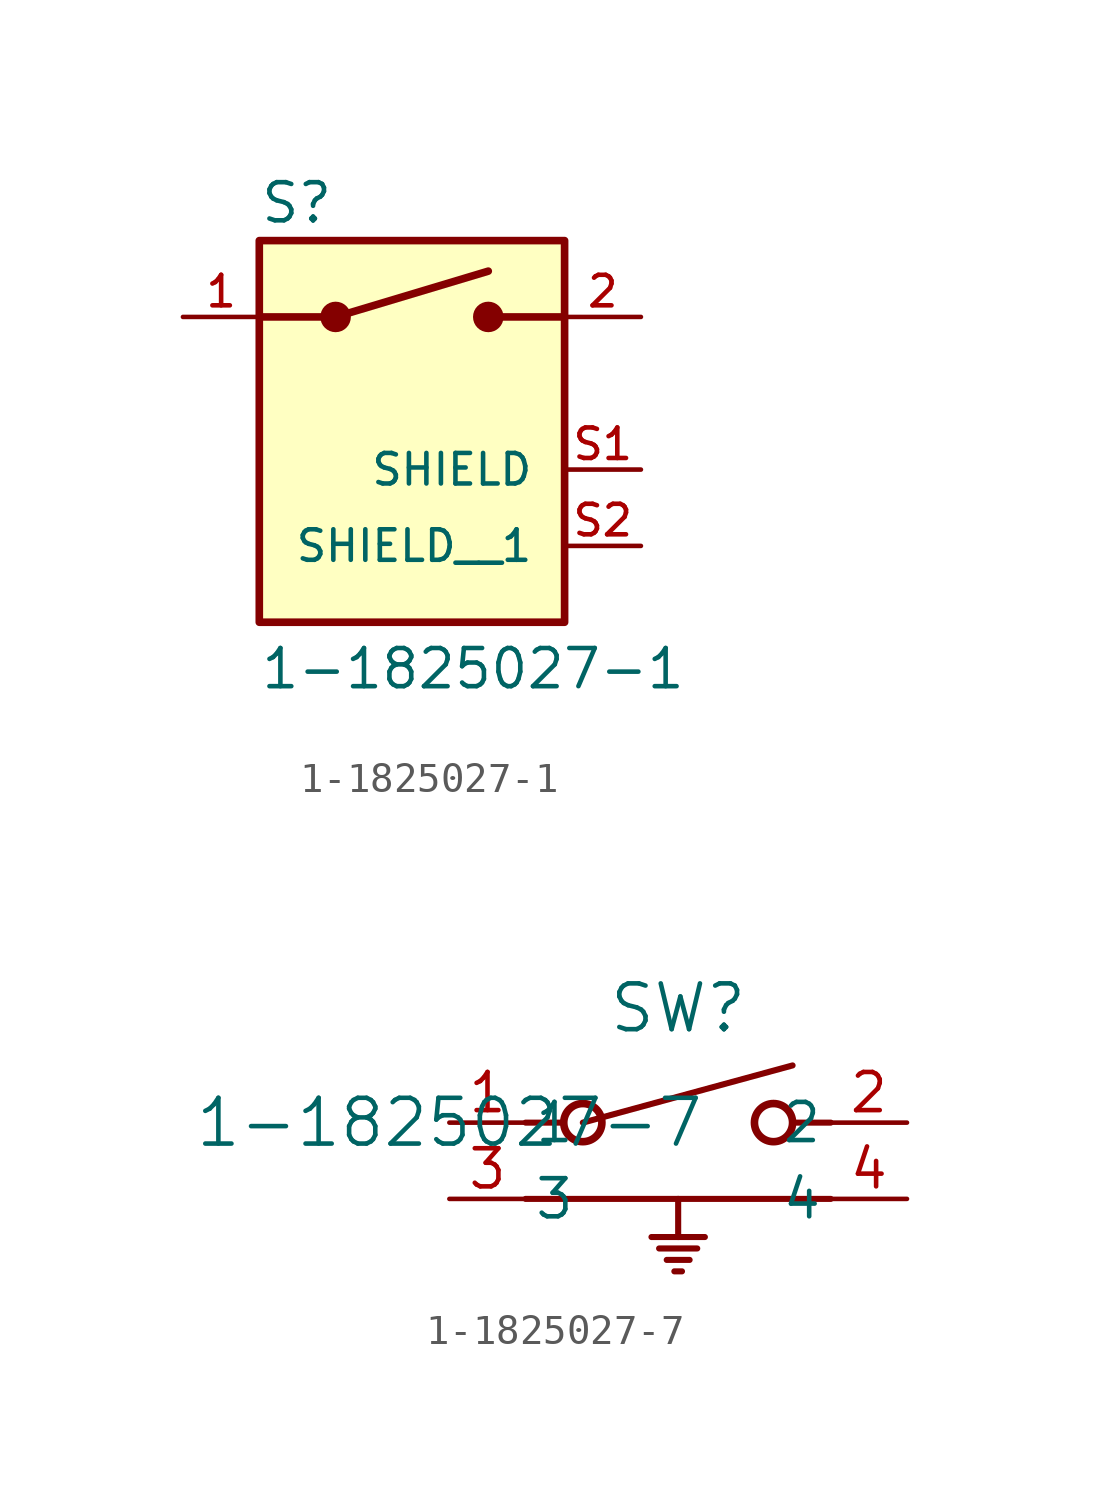
<source format=kicad_sym>
(kicad_symbol_lib
  (version 20231120)
  (generator "kicad_symbol_editor")
  (generator_version "8.0")
  (symbol "1-1825027-1"
    (pin_names
      (offset 1.016))
    (property "Reference" "S"
      (at -5.084 5.592 0)
      (effects (font (size 1.27 1.27)) (justify left bottom)))
    (property "Value" "1-1825027-1"
      (at -5.083 -9.911 0)
      (effects (font (size 1.27 1.27)) (justify left bottom)))
    (symbol "1-1825027-1_0_0"
      (rectangle (start -5.08 -7.62) (end 5.08 5.08) (stroke (width 0.254) (type default)) (fill (type background)))
      (circle (center -2.54 2.54) (radius 0.254) (stroke (width 0.508) (type default)) (fill (type none)))
      (polyline (pts (xy -5.08 2.54) (xy -2.54 2.54)) (stroke (width 0.254) (type default)) (fill (type none)))
      (polyline (pts (xy -2.54 2.54) (xy 2.54 4.064)) (stroke (width 0.254) (type default)) (fill (type none)))
      (polyline (pts (xy 2.54 2.54) (xy 5.08 2.54)) (stroke (width 0.254) (type default)) (fill (type none)))
      (circle (center 2.54 2.54) (radius 0.254) (stroke (width 0.508) (type default)) (fill (type none)))
      (pin passive line (at -7.62 2.54 0) (length 2.54) (name "~" (effects (font (size 1.016 1.016)))) (number "1" (effects (font (size 1.016 1.016)))))
      (pin passive line (at 7.62 2.54 180) (length 2.54) (name "~" (effects (font (size 1.016 1.016)))) (number "2" (effects (font (size 1.016 1.016)))))
      (pin power_in line (at 7.62 -2.54 180) (length 2.54) (name "SHIELD" (effects (font (size 1.016 1.016)))) (number "S1" (effects (font (size 1.016 1.016)))))
      (pin power_in line (at 7.62 -5.08 180) (length 2.54) (name "SHIELD__1" (effects (font (size 1.016 1.016)))) (number "S2" (effects (font (size 1.016 1.016)))))))
  (symbol "1-1825027-7"
    (pin_names
      (offset 0.254))
    (property "Reference" "SW"
      (at 7.62 3.81 0)
      (effects (font (size 1.524 1.524))))
    (property "Value" "1-1825027-7"
      (at 0 0 0)
      (effects (font (size 1.524 1.524))))
    (symbol "1-1825027-7_0_1"
      (polyline (pts (xy 2.54 -2.54) (xy 12.7 -2.54)) (stroke (width 0.203) (type default)) (fill (type none)))
      (polyline (pts (xy 2.54 0) (xy 3.81 0)) (stroke (width 0.203) (type default)) (fill (type none)))
      (polyline (pts (xy 4.445 0) (xy 11.43 1.905)) (stroke (width 0.203) (type default)) (fill (type none)))
      (polyline (pts (xy 6.731 -3.81) (xy 8.509 -3.81)) (stroke (width 0.203) (type default)) (fill (type none)))
      (polyline (pts (xy 6.985 -4.191) (xy 8.255 -4.191)) (stroke (width 0.203) (type default)) (fill (type none)))
      (polyline (pts (xy 7.239 -4.572) (xy 8.001 -4.572)) (stroke (width 0.203) (type default)) (fill (type none)))
      (polyline (pts (xy 7.493 -4.953) (xy 7.747 -4.953)) (stroke (width 0.203) (type default)) (fill (type none)))
      (polyline (pts (xy 7.62 -2.54) (xy 7.62 -3.81)) (stroke (width 0.203) (type default)) (fill (type none)))
      (polyline (pts (xy 12.7 0) (xy 11.43 0)) (stroke (width 0.203) (type default)) (fill (type none)))
      (circle (center 4.445 0) (radius 0.635) (stroke (width 0.254) (type default)) (fill (type none)))
      (circle (center 10.795 0) (radius 0.635) (stroke (width 0.254) (type default)) (fill (type none)))
      (pin unspecified line (at 0 0 0) (length 2.54) (name "1" (effects (font (size 1.27 1.27)))) (number "1" (effects (font (size 1.27 1.27)))))
      (pin unspecified line (at 15.24 0 180) (length 2.54) (name "2" (effects (font (size 1.27 1.27)))) (number "2" (effects (font (size 1.27 1.27)))))
      (pin unspecified line (at 0 -2.54 0) (length 2.54) (name "3" (effects (font (size 1.27 1.27)))) (number "3" (effects (font (size 1.27 1.27)))))
      (pin unspecified line (at 15.24 -2.54 180) (length 2.54) (name "4" (effects (font (size 1.27 1.27)))) (number "4" (effects (font (size 1.27 1.27))))))))
</source>
